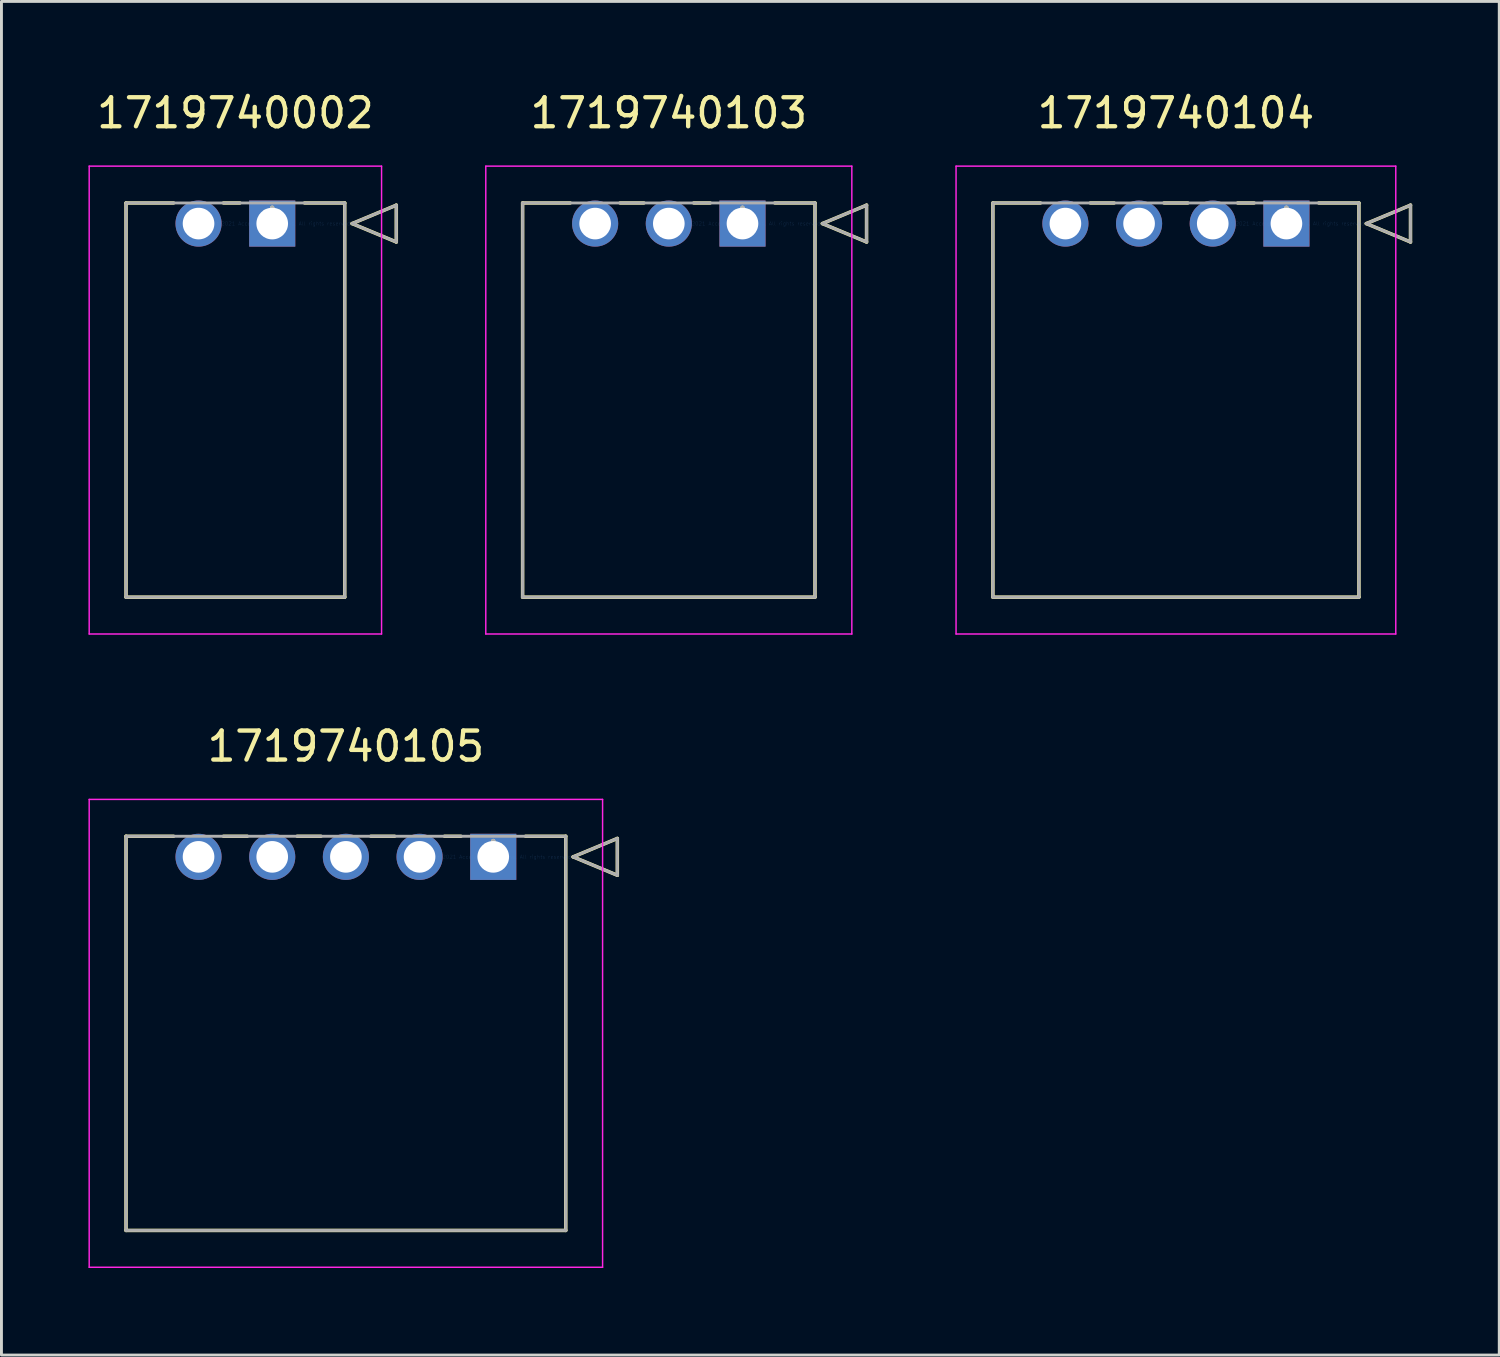
<source format=kicad_pcb>
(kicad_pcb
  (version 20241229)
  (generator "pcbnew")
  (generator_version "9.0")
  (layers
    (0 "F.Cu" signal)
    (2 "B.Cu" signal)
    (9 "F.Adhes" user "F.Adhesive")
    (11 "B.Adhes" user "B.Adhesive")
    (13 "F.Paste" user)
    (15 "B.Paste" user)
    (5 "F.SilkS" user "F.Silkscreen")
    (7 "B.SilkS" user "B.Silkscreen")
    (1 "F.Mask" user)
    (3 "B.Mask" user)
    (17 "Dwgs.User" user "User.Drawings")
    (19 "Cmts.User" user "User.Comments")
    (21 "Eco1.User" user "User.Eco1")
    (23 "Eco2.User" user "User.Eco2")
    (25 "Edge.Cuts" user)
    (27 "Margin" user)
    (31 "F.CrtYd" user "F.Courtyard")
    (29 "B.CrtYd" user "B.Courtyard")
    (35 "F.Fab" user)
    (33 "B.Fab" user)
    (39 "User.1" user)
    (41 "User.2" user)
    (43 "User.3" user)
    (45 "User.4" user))
  (footprint "1719740104"
    (layer "F.Cu")
    (at 41.301 4.658)
    (property "Reference" "1719740104" (at -3.81 -3.81 0) (layer "F.SilkS") (effects (font (size 1 1) (thickness 0.15))))
    (attr through_hole)
    (fp_line (start -10.12 -0.71) (end -10.12 12.88) (stroke (width 0.12) (type solid)) (layer "F.SilkS"))
    (fp_line (start -10.12 12.88) (end 2.5 12.88) (stroke (width 0.12) (type solid)) (layer "F.SilkS"))
    (fp_line (start -8.48 -0.71) (end -10.12 -0.71) (stroke (width 0.12) (type solid)) (layer "F.SilkS"))
    (fp_line (start -5.94 -0.71) (end -6.76 -0.71) (stroke (width 0.12) (type solid)) (layer "F.SilkS"))
    (fp_line (start -3.4 -0.71) (end -4.22 -0.71) (stroke (width 0.12) (type solid)) (layer "F.SilkS"))
    (fp_line (start -1.115 -0.71) (end -1.68 -0.71) (stroke (width 0.12) (type solid)) (layer "F.SilkS"))
    (fp_line (start 2.5 -0.71) (end 1.115 -0.71) (stroke (width 0.12) (type solid)) (layer "F.SilkS"))
    (fp_line (start 2.5 12.88) (end 2.5 -0.71) (stroke (width 0.12) (type solid)) (layer "F.SilkS"))
    (fp_line (start 2.754 0) (end 4.278 0.635) (stroke (width 0.12) (type solid)) (layer "F.SilkS"))
    (fp_line (start 4.278 -0.635) (end 2.754 0) (stroke (width 0.12) (type solid)) (layer "F.SilkS"))
    (fp_line (start 4.278 0.635) (end 4.278 -0.635) (stroke (width 0.12) (type solid)) (layer "F.SilkS"))
    (fp_line (start -11.39 -1.98) (end -11.39 14.15) (stroke (width 0.05) (type solid)) (layer "F.CrtYd"))
    (fp_line (start -11.39 14.15) (end 3.77 14.15) (stroke (width 0.05) (type solid)) (layer "F.CrtYd"))
    (fp_line (start 3.77 -1.98) (end -11.39 -1.98) (stroke (width 0.05) (type solid)) (layer "F.CrtYd"))
    (fp_line (start 3.77 14.15) (end 3.77 -1.98) (stroke (width 0.05) (type solid)) (layer "F.CrtYd"))
    (fp_line (start -10.12 -0.71) (end -10.12 12.88) (stroke (width 0.1) (type solid)) (layer "F.Fab"))
    (fp_line (start -10.12 12.88) (end 2.5 12.88) (stroke (width 0.1) (type solid)) (layer "F.Fab"))
    (fp_line (start 2.5 -0.71) (end -10.12 -0.71) (stroke (width 0.1) (type solid)) (layer "F.Fab"))
    (fp_line (start 2.5 12.88) (end 2.5 -0.71) (stroke (width 0.1) (type solid)) (layer "F.Fab"))
    (fp_line (start 2.754 0) (end 4.278 0.635) (stroke (width 0.1) (type solid)) (layer "F.Fab"))
    (fp_line (start 4.278 -0.635) (end 2.754 0) (stroke (width 0.1) (type solid)) (layer "F.Fab"))
    (fp_line (start 4.278 0.635) (end 4.278 -0.635) (stroke (width 0.1) (type solid)) (layer "F.Fab"))
    (fp_text user "*" (at 0 0 0) (layer "F.SilkS") (effects (font (size 1 1) (thickness 0.15))))
    (fp_text user "Copyright 2021 Accelerated Designs. All rights reserved." (at 0 0 0) (layer "Cmts.User") (effects (font (size 0.127 0.127) (thickness 0.002))))
    (fp_text user "*" (at 0 0 0) (layer "F.Fab") (effects (font (size 1 1) (thickness 0.15))))
    (pad "1" thru_hole rect (at 0 0) (size 1.59 1.59) (drill 1.09) (layers "*.Cu" "*.Mask"))
    (pad "2" thru_hole circle (at -2.54 0) (size 1.59 1.59) (drill 1.09) (layers "*.Cu" "*.Mask"))
    (pad "3" thru_hole circle (at -5.08 0) (size 1.59 1.59) (drill 1.09) (layers "*.Cu" "*.Mask"))
    (pad "4" thru_hole circle (at -7.62 0) (size 1.59 1.59) (drill 1.09) (layers "*.Cu" "*.Mask")))
  (footprint "1719740103"
    (layer "F.Cu")
    (at 22.548 4.658)
    (property "Reference" "1719740103" (at -2.54 -3.81 0) (layer "F.SilkS") (effects (font (size 1 1) (thickness 0.15))))
    (attr through_hole)
    (fp_line (start -7.58 -0.71) (end -7.58 12.88) (stroke (width 0.12) (type solid)) (layer "F.SilkS"))
    (fp_line (start -7.58 12.88) (end 2.5 12.88) (stroke (width 0.12) (type solid)) (layer "F.SilkS"))
    (fp_line (start -5.94 -0.71) (end -7.58 -0.71) (stroke (width 0.12) (type solid)) (layer "F.SilkS"))
    (fp_line (start -3.4 -0.71) (end -4.22 -0.71) (stroke (width 0.12) (type solid)) (layer "F.SilkS"))
    (fp_line (start -1.115 -0.71) (end -1.68 -0.71) (stroke (width 0.12) (type solid)) (layer "F.SilkS"))
    (fp_line (start 2.5 -0.71) (end 1.115 -0.71) (stroke (width 0.12) (type solid)) (layer "F.SilkS"))
    (fp_line (start 2.5 12.88) (end 2.5 -0.71) (stroke (width 0.12) (type solid)) (layer "F.SilkS"))
    (fp_line (start 2.754 0) (end 4.278 0.635) (stroke (width 0.12) (type solid)) (layer "F.SilkS"))
    (fp_line (start 4.278 -0.635) (end 2.754 0) (stroke (width 0.12) (type solid)) (layer "F.SilkS"))
    (fp_line (start 4.278 0.635) (end 4.278 -0.635) (stroke (width 0.12) (type solid)) (layer "F.SilkS"))
    (fp_line (start -8.85 -1.98) (end -8.85 14.15) (stroke (width 0.05) (type solid)) (layer "F.CrtYd"))
    (fp_line (start -8.85 14.15) (end 3.77 14.15) (stroke (width 0.05) (type solid)) (layer "F.CrtYd"))
    (fp_line (start 3.77 -1.98) (end -8.85 -1.98) (stroke (width 0.05) (type solid)) (layer "F.CrtYd"))
    (fp_line (start 3.77 14.15) (end 3.77 -1.98) (stroke (width 0.05) (type solid)) (layer "F.CrtYd"))
    (fp_line (start -7.58 -0.71) (end -7.58 12.88) (stroke (width 0.1) (type solid)) (layer "F.Fab"))
    (fp_line (start -7.58 12.88) (end 2.5 12.88) (stroke (width 0.1) (type solid)) (layer "F.Fab"))
    (fp_line (start 2.5 -0.71) (end -7.58 -0.71) (stroke (width 0.1) (type solid)) (layer "F.Fab"))
    (fp_line (start 2.5 12.88) (end 2.5 -0.71) (stroke (width 0.1) (type solid)) (layer "F.Fab"))
    (fp_line (start 2.754 0) (end 4.278 0.635) (stroke (width 0.1) (type solid)) (layer "F.Fab"))
    (fp_line (start 4.278 -0.635) (end 2.754 0) (stroke (width 0.1) (type solid)) (layer "F.Fab"))
    (fp_line (start 4.278 0.635) (end 4.278 -0.635) (stroke (width 0.1) (type solid)) (layer "F.Fab"))
    (fp_text user "*" (at 0 0 0) (layer "F.SilkS") (effects (font (size 1 1) (thickness 0.15))))
    (fp_text user "Copyright 2021 Accelerated Designs. All rights reserved." (at 0 0 0) (layer "Cmts.User") (effects (font (size 0.127 0.127) (thickness 0.002))))
    (fp_text user "*" (at 0 0 0) (layer "F.Fab") (effects (font (size 1 1) (thickness 0.15))))
    (pad "1" thru_hole rect (at 0 0) (size 1.59 1.59) (drill 1.09) (layers "*.Cu" "*.Mask"))
    (pad "2" thru_hole circle (at -2.54 0) (size 1.59 1.59) (drill 1.09) (layers "*.Cu" "*.Mask"))
    (pad "3" thru_hole circle (at -5.08 0) (size 1.59 1.59) (drill 1.09) (layers "*.Cu" "*.Mask")))
  (footprint "1719740105"
    (layer "F.Cu")
    (at 13.955 26.491)
    (property "Reference" "1719740105" (at -5.08 -3.81 0) (layer "F.SilkS") (effects (font (size 1 1) (thickness 0.15))))
    (attr through_hole)
    (fp_line (start -12.66 -0.71) (end -12.66 12.88) (stroke (width 0.12) (type solid)) (layer "F.SilkS"))
    (fp_line (start -12.66 12.88) (end 2.5 12.88) (stroke (width 0.12) (type solid)) (layer "F.SilkS"))
    (fp_line (start -11.02 -0.71) (end -12.66 -0.71) (stroke (width 0.12) (type solid)) (layer "F.SilkS"))
    (fp_line (start -8.48 -0.71) (end -9.3 -0.71) (stroke (width 0.12) (type solid)) (layer "F.SilkS"))
    (fp_line (start -5.94 -0.71) (end -6.76 -0.71) (stroke (width 0.12) (type solid)) (layer "F.SilkS"))
    (fp_line (start -3.4 -0.71) (end -4.22 -0.71) (stroke (width 0.12) (type solid)) (layer "F.SilkS"))
    (fp_line (start -1.115 -0.71) (end -1.68 -0.71) (stroke (width 0.12) (type solid)) (layer "F.SilkS"))
    (fp_line (start 2.5 -0.71) (end 1.115 -0.71) (stroke (width 0.12) (type solid)) (layer "F.SilkS"))
    (fp_line (start 2.5 12.88) (end 2.5 -0.71) (stroke (width 0.12) (type solid)) (layer "F.SilkS"))
    (fp_line (start 2.754 0) (end 4.278 0.635) (stroke (width 0.12) (type solid)) (layer "F.SilkS"))
    (fp_line (start 4.278 -0.635) (end 2.754 0) (stroke (width 0.12) (type solid)) (layer "F.SilkS"))
    (fp_line (start 4.278 0.635) (end 4.278 -0.635) (stroke (width 0.12) (type solid)) (layer "F.SilkS"))
    (fp_line (start -13.93 -1.98) (end -13.93 14.15) (stroke (width 0.05) (type solid)) (layer "F.CrtYd"))
    (fp_line (start -13.93 14.15) (end 3.77 14.15) (stroke (width 0.05) (type solid)) (layer "F.CrtYd"))
    (fp_line (start 3.77 -1.98) (end -13.93 -1.98) (stroke (width 0.05) (type solid)) (layer "F.CrtYd"))
    (fp_line (start 3.77 14.15) (end 3.77 -1.98) (stroke (width 0.05) (type solid)) (layer "F.CrtYd"))
    (fp_line (start -12.66 -0.71) (end -12.66 12.88) (stroke (width 0.1) (type solid)) (layer "F.Fab"))
    (fp_line (start -12.66 12.88) (end 2.5 12.88) (stroke (width 0.1) (type solid)) (layer "F.Fab"))
    (fp_line (start 2.5 -0.71) (end -12.66 -0.71) (stroke (width 0.1) (type solid)) (layer "F.Fab"))
    (fp_line (start 2.5 12.88) (end 2.5 -0.71) (stroke (width 0.1) (type solid)) (layer "F.Fab"))
    (fp_line (start 2.754 0) (end 4.278 0.635) (stroke (width 0.1) (type solid)) (layer "F.Fab"))
    (fp_line (start 4.278 -0.635) (end 2.754 0) (stroke (width 0.1) (type solid)) (layer "F.Fab"))
    (fp_line (start 4.278 0.635) (end 4.278 -0.635) (stroke (width 0.1) (type solid)) (layer "F.Fab"))
    (fp_text user "*" (at 0 0 0) (layer "F.SilkS") (effects (font (size 1 1) (thickness 0.15))))
    (fp_text user "Copyright 2021 Accelerated Designs. All rights reserved." (at 0 0 0) (layer "Cmts.User") (effects (font (size 0.127 0.127) (thickness 0.002))))
    (fp_text user "*" (at 0 0 0) (layer "F.Fab") (effects (font (size 1 1) (thickness 0.15))))
    (pad "1" thru_hole rect (at 0 0) (size 1.59 1.59) (drill 1.09) (layers "*.Cu" "*.Mask"))
    (pad "2" thru_hole circle (at -2.54 0) (size 1.59 1.59) (drill 1.09) (layers "*.Cu" "*.Mask"))
    (pad "3" thru_hole circle (at -5.08 0) (size 1.59 1.59) (drill 1.09) (layers "*.Cu" "*.Mask"))
    (pad "4" thru_hole circle (at -7.62 0) (size 1.59 1.59) (drill 1.09) (layers "*.Cu" "*.Mask"))
    (pad "5" thru_hole circle (at -10.16 0) (size 1.59 1.59) (drill 1.09) (layers "*.Cu" "*.Mask")))
  (footprint "1719740002"
    (layer "F.Cu")
    (at 6.335 4.658)
    (property "Reference" "1719740002" (at -1.27 -3.81 0) (layer "F.SilkS") (effects (font (size 1 1) (thickness 0.15))))
    (attr through_hole)
    (fp_line (start -5.04 -0.71) (end -5.04 12.88) (stroke (width 0.12) (type solid)) (layer "F.SilkS"))
    (fp_line (start -5.04 12.88) (end 2.5 12.88) (stroke (width 0.12) (type solid)) (layer "F.SilkS"))
    (fp_line (start -3.4 -0.71) (end -5.04 -0.71) (stroke (width 0.12) (type solid)) (layer "F.SilkS"))
    (fp_line (start -1.115 -0.71) (end -1.68 -0.71) (stroke (width 0.12) (type solid)) (layer "F.SilkS"))
    (fp_line (start 2.5 -0.71) (end 1.115 -0.71) (stroke (width 0.12) (type solid)) (layer "F.SilkS"))
    (fp_line (start 2.5 12.88) (end 2.5 -0.71) (stroke (width 0.12) (type solid)) (layer "F.SilkS"))
    (fp_line (start 2.754 0) (end 4.278 0.635) (stroke (width 0.12) (type solid)) (layer "F.SilkS"))
    (fp_line (start 4.278 -0.635) (end 2.754 0) (stroke (width 0.12) (type solid)) (layer "F.SilkS"))
    (fp_line (start 4.278 0.635) (end 4.278 -0.635) (stroke (width 0.12) (type solid)) (layer "F.SilkS"))
    (fp_line (start -6.31 -1.98) (end -6.31 14.15) (stroke (width 0.05) (type solid)) (layer "F.CrtYd"))
    (fp_line (start -6.31 14.15) (end 3.77 14.15) (stroke (width 0.05) (type solid)) (layer "F.CrtYd"))
    (fp_line (start 3.77 -1.98) (end -6.31 -1.98) (stroke (width 0.05) (type solid)) (layer "F.CrtYd"))
    (fp_line (start 3.77 14.15) (end 3.77 -1.98) (stroke (width 0.05) (type solid)) (layer "F.CrtYd"))
    (fp_line (start -5.04 -0.71) (end -5.04 12.88) (stroke (width 0.1) (type solid)) (layer "F.Fab"))
    (fp_line (start -5.04 12.88) (end 2.5 12.88) (stroke (width 0.1) (type solid)) (layer "F.Fab"))
    (fp_line (start 2.5 -0.71) (end -5.04 -0.71) (stroke (width 0.1) (type solid)) (layer "F.Fab"))
    (fp_line (start 2.5 12.88) (end 2.5 -0.71) (stroke (width 0.1) (type solid)) (layer "F.Fab"))
    (fp_line (start 2.754 0) (end 4.278 0.635) (stroke (width 0.1) (type solid)) (layer "F.Fab"))
    (fp_line (start 4.278 -0.635) (end 2.754 0) (stroke (width 0.1) (type solid)) (layer "F.Fab"))
    (fp_line (start 4.278 0.635) (end 4.278 -0.635) (stroke (width 0.1) (type solid)) (layer "F.Fab"))
    (fp_text user "*" (at 0 0 0) (layer "F.SilkS") (effects (font (size 1 1) (thickness 0.15))))
    (fp_text user "Copyright 2021 Accelerated Designs. All rights reserved." (at 0 0 0) (layer "Cmts.User") (effects (font (size 0.127 0.127) (thickness 0.002))))
    (fp_text user "*" (at 0 0 0) (layer "F.Fab") (effects (font (size 1 1) (thickness 0.15))))
    (pad "1" thru_hole rect (at 0 0) (size 1.59 1.59) (drill 1.09) (layers "*.Cu" "*.Mask"))
    (pad "2" thru_hole circle (at -2.54 0) (size 1.59 1.59) (drill 1.09) (layers "*.Cu" "*.Mask")))
  (gr_rect
    (start -3 -3)
    (end 48.639 43.666)
    (stroke (width 0.1) (type default))
    (fill no)
    (layer "Edge.Cuts")))
</source>
